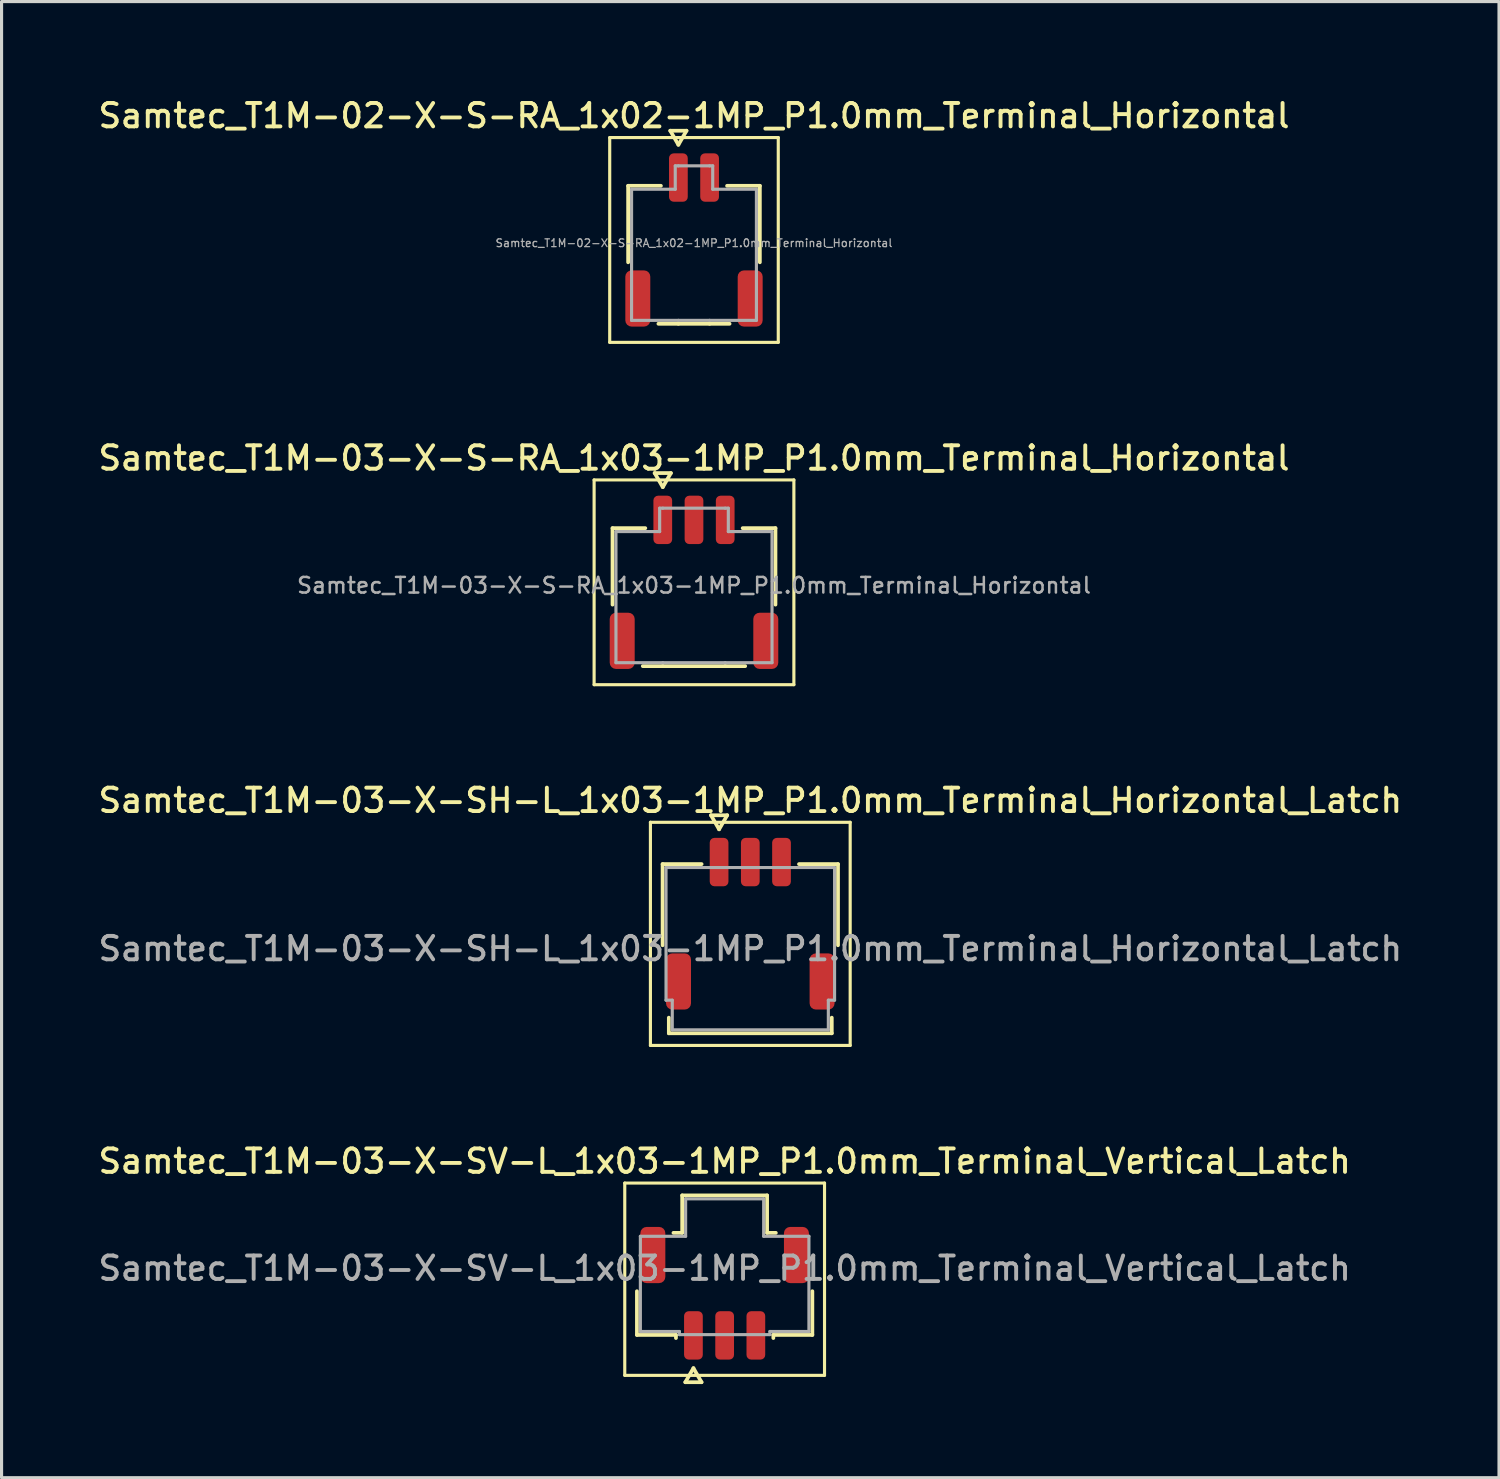
<source format=kicad_pcb>
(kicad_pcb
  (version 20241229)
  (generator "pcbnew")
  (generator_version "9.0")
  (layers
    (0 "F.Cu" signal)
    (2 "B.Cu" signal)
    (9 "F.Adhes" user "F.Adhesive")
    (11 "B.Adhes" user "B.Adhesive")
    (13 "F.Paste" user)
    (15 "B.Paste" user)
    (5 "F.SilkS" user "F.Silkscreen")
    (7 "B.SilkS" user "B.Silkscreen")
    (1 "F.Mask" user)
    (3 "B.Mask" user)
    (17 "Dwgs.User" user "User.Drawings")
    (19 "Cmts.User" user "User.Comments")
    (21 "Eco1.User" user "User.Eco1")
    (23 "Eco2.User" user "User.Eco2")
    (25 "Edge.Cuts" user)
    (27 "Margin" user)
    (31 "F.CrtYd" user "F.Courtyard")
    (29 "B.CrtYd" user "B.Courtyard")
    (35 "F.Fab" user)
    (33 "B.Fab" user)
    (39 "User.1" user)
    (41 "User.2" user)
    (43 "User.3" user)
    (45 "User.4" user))
  (footprint "Samtec_T1M-03-X-S-RA_1x03-1MP_P1.0mm_Terminal_Horizontal"
    (layer "F.Cu")
    (at 19.184 15.706)
    (property "Reference" "Samtec_T1M-03-X-S-RA_1x03-1MP_P1.0mm_Terminal_Horizontal" (at 0 -4.08 0) (layer "F.SilkS") (effects (font (size 0.75 0.75) (thickness 0.125))))
    (attr smd)
    (fp_line (start -3.2 -3.38) (end -3.2 3.18) (stroke (width 0.1) (type solid)) (layer "F.SilkS"))
    (fp_line (start -3.2 3.18) (end 3.2 3.18) (stroke (width 0.1) (type solid)) (layer "F.SilkS"))
    (fp_line (start -2.61 -1.835) (end -1.56 -1.835) (stroke (width 0.12) (type solid)) (layer "F.SilkS"))
    (fp_line (start -2.61 0.615) (end -2.61 -1.835) (stroke (width 0.12) (type solid)) (layer "F.SilkS"))
    (fp_line (start -1.26 -3.6) (end -1 -3.15) (stroke (width 0.12) (type solid)) (layer "F.SilkS"))
    (fp_line (start -1 -3.15) (end -0.74 -3.6) (stroke (width 0.12) (type solid)) (layer "F.SilkS"))
    (fp_line (start -1 2.585) (end -1.64 2.585) (stroke (width 0.12) (type solid)) (layer "F.SilkS"))
    (fp_line (start -0.74 -3.6) (end -1.26 -3.6) (stroke (width 0.12) (type solid)) (layer "F.SilkS"))
    (fp_line (start 1 2.585) (end -1 2.585) (stroke (width 0.12) (type solid)) (layer "F.SilkS"))
    (fp_line (start 1.56 -1.835) (end 2.61 -1.835) (stroke (width 0.12) (type solid)) (layer "F.SilkS"))
    (fp_line (start 1.64 2.585) (end 1 2.585) (stroke (width 0.12) (type solid)) (layer "F.SilkS"))
    (fp_line (start 2.61 -1.835) (end 2.61 0.615) (stroke (width 0.12) (type solid)) (layer "F.SilkS"))
    (fp_line (start 3.2 -3.38) (end -3.2 -3.38) (stroke (width 0.1) (type solid)) (layer "F.SilkS"))
    (fp_line (start 3.2 3.18) (end 3.2 -3.38) (stroke (width 0.1) (type solid)) (layer "F.SilkS"))
    (fp_line (start -2.5 -1.725) (end -1.1 -1.725) (stroke (width 0.1) (type solid)) (layer "F.Fab"))
    (fp_line (start -2.5 2.475) (end -2.5 -1.725) (stroke (width 0.1) (type solid)) (layer "F.Fab"))
    (fp_line (start -1.1 -2.475) (end -1 -2.475) (stroke (width 0.1) (type solid)) (layer "F.Fab"))
    (fp_line (start -1.1 -1.725) (end -1.1 -2.475) (stroke (width 0.1) (type solid)) (layer "F.Fab"))
    (fp_line (start -1 -2.475) (end 1 -2.475) (stroke (width 0.1) (type solid)) (layer "F.Fab"))
    (fp_line (start -1 2.475) (end -2.5 2.475) (stroke (width 0.1) (type solid)) (layer "F.Fab"))
    (fp_line (start 1 -2.475) (end 1.1 -2.475) (stroke (width 0.1) (type solid)) (layer "F.Fab"))
    (fp_line (start 1 2.475) (end -1 2.475) (stroke (width 0.1) (type solid)) (layer "F.Fab"))
    (fp_line (start 1.1 -2.475) (end 1.1 -1.725) (stroke (width 0.1) (type solid)) (layer "F.Fab"))
    (fp_line (start 1.1 -1.725) (end 2.5 -1.725) (stroke (width 0.1) (type solid)) (layer "F.Fab"))
    (fp_line (start 2.5 -1.725) (end 2.5 2.475) (stroke (width 0.1) (type solid)) (layer "F.Fab"))
    (fp_line (start 2.5 2.475) (end 1 2.475) (stroke (width 0.1) (type solid)) (layer "F.Fab"))
    (fp_text user "${REFERENCE}" (at 0 0 0) (layer "F.Fab") (effects (font (size 0.5 0.5) (thickness 0.08))))
    (pad "1" smd roundrect (at -1 -2.1) (size 0.6 1.55) (layers "F.Cu" "F.Mask" "F.Paste") (roundrect_rratio 0.25))
    (pad "2" smd roundrect (at 0 -2.1) (size 0.6 1.55) (layers "F.Cu" "F.Mask" "F.Paste") (roundrect_rratio 0.25))
    (pad "3" smd roundrect (at 1 -2.1) (size 0.6 1.55) (layers "F.Cu" "F.Mask" "F.Paste") (roundrect_rratio 0.25))
    (pad "MP" smd roundrect (at -2.3 1.775) (size 0.8 1.8) (layers "F.Cu" "F.Mask" "F.Paste") (roundrect_rratio 0.25))
    (pad "MP" smd roundrect (at 2.3 1.775) (size 0.8 1.8) (layers "F.Cu" "F.Mask" "F.Paste") (roundrect_rratio 0.25)))
  (footprint "Samtec_T1M-03-X-SV-L_1x03-1MP_P1.0mm_Terminal_Vertical_Latch"
    (layer "F.Cu")
    (at 20.166 37.583)
    (property "Reference" "Samtec_T1M-03-X-SV-L_1x03-1MP_P1.0mm_Terminal_Vertical_Latch" (at 0 -3.43 0) (layer "F.SilkS") (effects (font (size 0.75 0.75) (thickness 0.125))))
    (attr smd)
    (fp_line (start -3.2 -2.73) (end -3.2 3.43) (stroke (width 0.1) (type solid)) (layer "F.SilkS"))
    (fp_line (start -3.2 3.43) (end 3.2 3.43) (stroke (width 0.1) (type solid)) (layer "F.SilkS"))
    (fp_line (start -2.81 2.135) (end -2.81 0.735) (stroke (width 0.12) (type solid)) (layer "F.SilkS"))
    (fp_line (start -1.64 -1.135) (end -1.36 -1.135) (stroke (width 0.12) (type solid)) (layer "F.SilkS"))
    (fp_line (start -1.56 2.135) (end -2.81 2.135) (stroke (width 0.12) (type solid)) (layer "F.SilkS"))
    (fp_line (start -1.56 2.235) (end -1.56 2.135) (stroke (width 0.12) (type solid)) (layer "F.SilkS"))
    (fp_line (start -1.36 -2.335) (end 1.36 -2.335) (stroke (width 0.12) (type solid)) (layer "F.SilkS"))
    (fp_line (start -1.36 -1.135) (end -1.36 -2.335) (stroke (width 0.12) (type solid)) (layer "F.SilkS"))
    (fp_line (start -1.26 3.65) (end -1 3.2) (stroke (width 0.12) (type solid)) (layer "F.SilkS"))
    (fp_line (start -1 3.2) (end -0.74 3.65) (stroke (width 0.12) (type solid)) (layer "F.SilkS"))
    (fp_line (start -0.74 3.65) (end -1.26 3.65) (stroke (width 0.12) (type solid)) (layer "F.SilkS"))
    (fp_line (start 1.36 -2.335) (end 1.36 -1.135) (stroke (width 0.12) (type solid)) (layer "F.SilkS"))
    (fp_line (start 1.36 -1.135) (end 1.64 -1.135) (stroke (width 0.12) (type solid)) (layer "F.SilkS"))
    (fp_line (start 1.56 2.135) (end 1.56 2.235) (stroke (width 0.12) (type solid)) (layer "F.SilkS"))
    (fp_line (start 2.81 0.735) (end 2.81 2.135) (stroke (width 0.12) (type solid)) (layer "F.SilkS"))
    (fp_line (start 2.81 2.135) (end 1.56 2.135) (stroke (width 0.12) (type solid)) (layer "F.SilkS"))
    (fp_line (start 3.2 -2.73) (end -3.2 -2.73) (stroke (width 0.1) (type solid)) (layer "F.SilkS"))
    (fp_line (start 3.2 3.43) (end 3.2 -2.73) (stroke (width 0.1) (type solid)) (layer "F.SilkS"))
    (fp_line (start -2.7 -1.025) (end -1.25 -1.025) (stroke (width 0.1) (type solid)) (layer "F.Fab"))
    (fp_line (start -2.7 2.025) (end -2.7 -1.025) (stroke (width 0.1) (type solid)) (layer "F.Fab"))
    (fp_line (start -1.45 2.025) (end -2.7 2.025) (stroke (width 0.1) (type solid)) (layer "F.Fab"))
    (fp_line (start -1.45 2.125) (end -1.45 2.025) (stroke (width 0.1) (type solid)) (layer "F.Fab"))
    (fp_line (start -1.25 -2.225) (end 1.25 -2.225) (stroke (width 0.1) (type solid)) (layer "F.Fab"))
    (fp_line (start -1.25 -1.025) (end -1.25 -2.225) (stroke (width 0.1) (type solid)) (layer "F.Fab"))
    (fp_line (start 1.25 -2.225) (end 1.25 -1.025) (stroke (width 0.1) (type solid)) (layer "F.Fab"))
    (fp_line (start 1.25 -1.025) (end 2.7 -1.025) (stroke (width 0.1) (type solid)) (layer "F.Fab"))
    (fp_line (start 1.45 2.025) (end 1.45 2.125) (stroke (width 0.1) (type solid)) (layer "F.Fab"))
    (fp_line (start 1.45 2.125) (end -1.45 2.125) (stroke (width 0.1) (type solid)) (layer "F.Fab"))
    (fp_line (start 2.7 -1.025) (end 2.7 2.025) (stroke (width 0.1) (type solid)) (layer "F.Fab"))
    (fp_line (start 2.7 2.025) (end 1.45 2.025) (stroke (width 0.1) (type solid)) (layer "F.Fab"))
    (fp_text user "${REFERENCE}" (at 0 0 0) (layer "F.Fab") (effects (font (size 0.75 0.75) (thickness 0.125))))
    (pad "1" smd roundrect (at -1 2.15) (size 0.6 1.55) (layers "F.Cu" "F.Mask" "F.Paste") (roundrect_rratio 0.25))
    (pad "2" smd roundrect (at 0 2.15) (size 0.6 1.55) (layers "F.Cu" "F.Mask" "F.Paste") (roundrect_rratio 0.25))
    (pad "3" smd roundrect (at 1 2.15) (size 0.6 1.55) (layers "F.Cu" "F.Mask" "F.Paste") (roundrect_rratio 0.25))
    (pad "MP" smd roundrect (at -2.3 -0.425) (size 0.8 1.8) (layers "F.Cu" "F.Mask" "F.Paste") (roundrect_rratio 0.25))
    (pad "MP" smd roundrect (at 2.3 -0.425) (size 0.8 1.8) (layers "F.Cu" "F.Mask" "F.Paste") (roundrect_rratio 0.25)))
  (footprint "Samtec_T1M-02-X-S-RA_1x02-1MP_P1.0mm_Terminal_Horizontal"
    (layer "F.Cu")
    (at 19.184 4.738)
    (property "Reference" "Samtec_T1M-02-X-S-RA_1x02-1MP_P1.0mm_Terminal_Horizontal" (at 0 -4.08 0) (layer "F.SilkS") (effects (font (size 0.75 0.75) (thickness 0.125))))
    (attr smd)
    (fp_line (start -2.7 -3.38) (end -2.7 3.18) (stroke (width 0.1) (type solid)) (layer "F.SilkS"))
    (fp_line (start -2.7 3.18) (end 2.7 3.18) (stroke (width 0.1) (type solid)) (layer "F.SilkS"))
    (fp_line (start -2.11 -1.835) (end -1.06 -1.835) (stroke (width 0.12) (type solid)) (layer "F.SilkS"))
    (fp_line (start -2.11 0.615) (end -2.11 -1.835) (stroke (width 0.12) (type solid)) (layer "F.SilkS"))
    (fp_line (start -0.76 -3.6) (end -0.5 -3.15) (stroke (width 0.12) (type solid)) (layer "F.SilkS"))
    (fp_line (start -0.5 -3.15) (end -0.24 -3.6) (stroke (width 0.12) (type solid)) (layer "F.SilkS"))
    (fp_line (start -0.5 2.585) (end -1.14 2.585) (stroke (width 0.12) (type solid)) (layer "F.SilkS"))
    (fp_line (start -0.24 -3.6) (end -0.76 -3.6) (stroke (width 0.12) (type solid)) (layer "F.SilkS"))
    (fp_line (start 0.5 2.585) (end -0.5 2.585) (stroke (width 0.12) (type solid)) (layer "F.SilkS"))
    (fp_line (start 1.06 -1.835) (end 2.11 -1.835) (stroke (width 0.12) (type solid)) (layer "F.SilkS"))
    (fp_line (start 1.14 2.585) (end 0.5 2.585) (stroke (width 0.12) (type solid)) (layer "F.SilkS"))
    (fp_line (start 2.11 -1.835) (end 2.11 0.615) (stroke (width 0.12) (type solid)) (layer "F.SilkS"))
    (fp_line (start 2.7 -3.38) (end -2.7 -3.38) (stroke (width 0.1) (type solid)) (layer "F.SilkS"))
    (fp_line (start 2.7 3.18) (end 2.7 -3.38) (stroke (width 0.1) (type solid)) (layer "F.SilkS"))
    (fp_line (start -2 -1.725) (end -0.6 -1.725) (stroke (width 0.1) (type solid)) (layer "F.Fab"))
    (fp_line (start -2 2.475) (end -2 -1.725) (stroke (width 0.1) (type solid)) (layer "F.Fab"))
    (fp_line (start -0.6 -2.475) (end -0.5 -2.475) (stroke (width 0.1) (type solid)) (layer "F.Fab"))
    (fp_line (start -0.6 -1.725) (end -0.6 -2.475) (stroke (width 0.1) (type solid)) (layer "F.Fab"))
    (fp_line (start -0.5 -2.475) (end 0.5 -2.475) (stroke (width 0.1) (type solid)) (layer "F.Fab"))
    (fp_line (start -0.5 2.475) (end -2 2.475) (stroke (width 0.1) (type solid)) (layer "F.Fab"))
    (fp_line (start 0.5 -2.475) (end 0.6 -2.475) (stroke (width 0.1) (type solid)) (layer "F.Fab"))
    (fp_line (start 0.5 2.475) (end -0.5 2.475) (stroke (width 0.1) (type solid)) (layer "F.Fab"))
    (fp_line (start 0.6 -2.475) (end 0.6 -1.725) (stroke (width 0.1) (type solid)) (layer "F.Fab"))
    (fp_line (start 0.6 -1.725) (end 2 -1.725) (stroke (width 0.1) (type solid)) (layer "F.Fab"))
    (fp_line (start 2 -1.725) (end 2 2.475) (stroke (width 0.1) (type solid)) (layer "F.Fab"))
    (fp_line (start 2 2.475) (end 0.5 2.475) (stroke (width 0.1) (type solid)) (layer "F.Fab"))
    (fp_text user "${REFERENCE}" (at 0 0 0) (layer "F.Fab") (effects (font (size 0.25 0.25) (thickness 0.04))))
    (pad "1" smd roundrect (at -0.5 -2.1) (size 0.6 1.55) (layers "F.Cu" "F.Mask" "F.Paste") (roundrect_rratio 0.25))
    (pad "2" smd roundrect (at 0.5 -2.1) (size 0.6 1.55) (layers "F.Cu" "F.Mask" "F.Paste") (roundrect_rratio 0.25))
    (pad "MP" smd roundrect (at -1.8 1.775) (size 0.8 1.8) (layers "F.Cu" "F.Mask" "F.Paste") (roundrect_rratio 0.25))
    (pad "MP" smd roundrect (at 1.8 1.775) (size 0.8 1.8) (layers "F.Cu" "F.Mask" "F.Paste") (roundrect_rratio 0.25)))
  (footprint "Samtec_T1M-03-X-SH-L_1x03-1MP_P1.0mm_Terminal_Horizontal_Latch"
    (layer "F.Cu")
    (at 20.988 27.344)
    (property "Reference" "Samtec_T1M-03-X-SH-L_1x03-1MP_P1.0mm_Terminal_Horizontal_Latch" (at 0 -4.75 0) (layer "F.SilkS") (effects (font (size 0.75 0.75) (thickness 0.125))))
    (attr smd)
    (fp_line (start -3.2 -4.05) (end -3.2 3.1) (stroke (width 0.1) (type solid)) (layer "F.SilkS"))
    (fp_line (start -3.2 3.1) (end 3.2 3.1) (stroke (width 0.1) (type solid)) (layer "F.SilkS"))
    (fp_line (start -2.81 -2.71) (end -1.56 -2.71) (stroke (width 0.12) (type solid)) (layer "F.SilkS"))
    (fp_line (start -2.81 -0.11) (end -2.81 -2.71) (stroke (width 0.12) (type solid)) (layer "F.SilkS"))
    (fp_line (start -2.61 2.71) (end -2.61 2.21) (stroke (width 0.12) (type solid)) (layer "F.SilkS"))
    (fp_line (start -1.26 -4.275) (end -1 -3.825) (stroke (width 0.12) (type solid)) (layer "F.SilkS"))
    (fp_line (start -1 -3.825) (end -0.74 -4.275) (stroke (width 0.12) (type solid)) (layer "F.SilkS"))
    (fp_line (start -0.74 -4.275) (end -1.26 -4.275) (stroke (width 0.12) (type solid)) (layer "F.SilkS"))
    (fp_line (start 1.56 -2.71) (end 2.81 -2.71) (stroke (width 0.12) (type solid)) (layer "F.SilkS"))
    (fp_line (start 2.61 2.21) (end 2.61 2.71) (stroke (width 0.12) (type solid)) (layer "F.SilkS"))
    (fp_line (start 2.61 2.71) (end -2.61 2.71) (stroke (width 0.12) (type solid)) (layer "F.SilkS"))
    (fp_line (start 2.81 -2.71) (end 2.81 -0.11) (stroke (width 0.12) (type solid)) (layer "F.SilkS"))
    (fp_line (start 3.2 -4.05) (end -3.2 -4.05) (stroke (width 0.1) (type solid)) (layer "F.SilkS"))
    (fp_line (start 3.2 3.1) (end 3.2 -4.05) (stroke (width 0.1) (type solid)) (layer "F.SilkS"))
    (fp_line (start -2.7 -2.6) (end 2.7 -2.6) (stroke (width 0.1) (type solid)) (layer "F.Fab"))
    (fp_line (start -2.7 1.65) (end -2.7 -2.6) (stroke (width 0.1) (type solid)) (layer "F.Fab"))
    (fp_line (start -2.5 1.65) (end -2.7 1.65) (stroke (width 0.1) (type solid)) (layer "F.Fab"))
    (fp_line (start -2.5 2.6) (end -2.5 1.65) (stroke (width 0.1) (type solid)) (layer "F.Fab"))
    (fp_line (start 2.5 1.65) (end 2.5 2.6) (stroke (width 0.1) (type solid)) (layer "F.Fab"))
    (fp_line (start 2.5 2.6) (end -2.5 2.6) (stroke (width 0.1) (type solid)) (layer "F.Fab"))
    (fp_line (start 2.7 -2.6) (end 2.7 1.65) (stroke (width 0.1) (type solid)) (layer "F.Fab"))
    (fp_line (start 2.7 1.65) (end 2.5 1.65) (stroke (width 0.1) (type solid)) (layer "F.Fab"))
    (fp_text user "${REFERENCE}" (at 0 0 0) (layer "F.Fab") (effects (font (size 0.75 0.75) (thickness 0.125))))
    (pad "1" smd roundrect (at -1 -2.775) (size 0.6 1.55) (layers "F.Cu" "F.Mask" "F.Paste") (roundrect_rratio 0.25))
    (pad "2" smd roundrect (at 0 -2.775) (size 0.6 1.55) (layers "F.Cu" "F.Mask" "F.Paste") (roundrect_rratio 0.25))
    (pad "3" smd roundrect (at 1 -2.775) (size 0.6 1.55) (layers "F.Cu" "F.Mask" "F.Paste") (roundrect_rratio 0.25))
    (pad "MP" smd roundrect (at -2.3 1.05) (size 0.8 1.8) (layers "F.Cu" "F.Mask" "F.Paste") (roundrect_rratio 0.25))
    (pad "MP" smd roundrect (at 2.3 1.05) (size 0.8 1.8) (layers "F.Cu" "F.Mask" "F.Paste") (roundrect_rratio 0.25)))
  (gr_rect
    (start -3 -3)
    (end 44.975 44.292)
    (stroke (width 0.1) (type default))
    (fill no)
    (layer "Edge.Cuts")))
</source>
